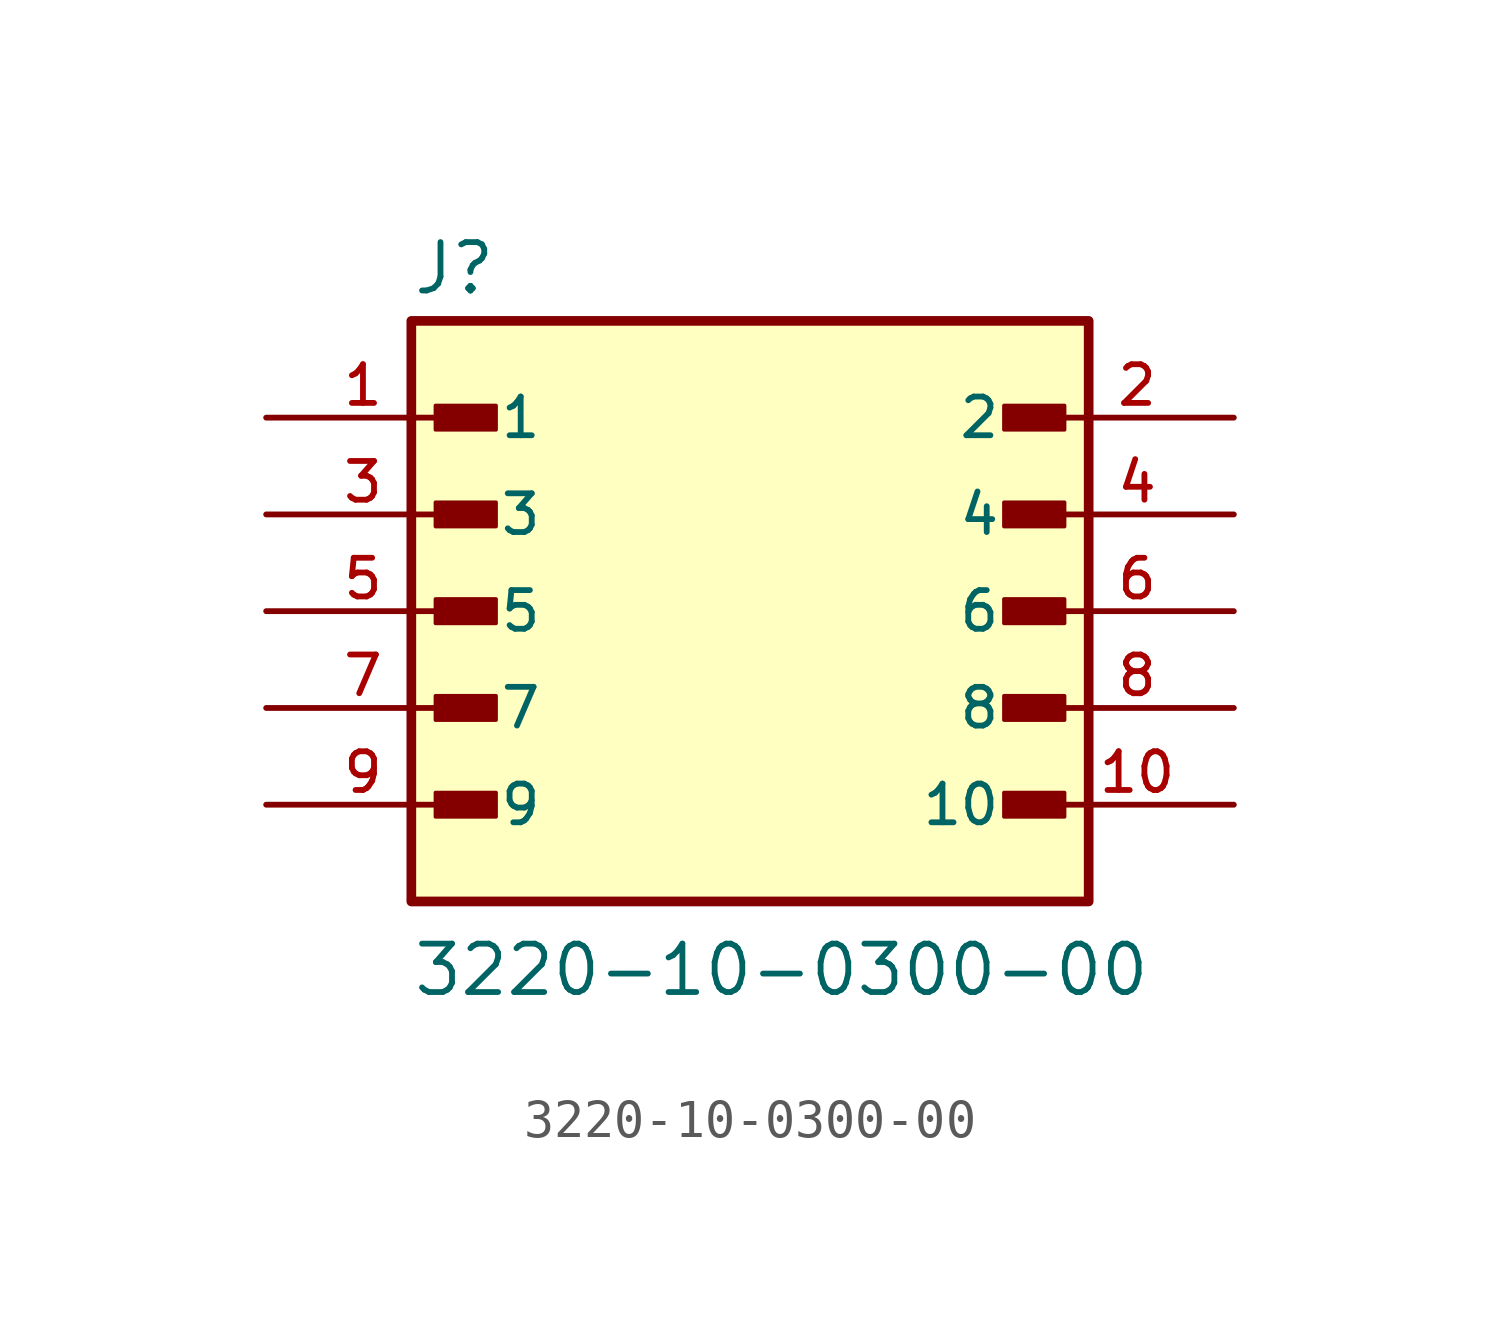
<source format=kicad_sym>
(kicad_symbol_lib
  (version 20211014)
  (generator kicad_symbol_editor)
  (symbol "3220-10-0300-00"
    (pin_names
      (offset 1.016))
    (property "Reference" "J"
      (at -8.89 8.255 0)
      (effects (font (size 1.27 1.27)) (justify bottom left)))
    (property "Value" "3220-10-0300-00"
      (at -8.89 -10.16 0)
      (effects (font (size 1.27 1.27)) (justify bottom left)))
    (symbol "3220-10-0300-00_0_0"
      (rectangle (start -8.255 4.763) (end -6.668 5.397) (stroke (width 0.1)) (fill (type outline)))
      (rectangle (start -8.255 2.223) (end -6.668 2.857) (stroke (width 0.1)) (fill (type outline)))
      (rectangle (start -8.255 -0.318) (end -6.668 0.318) (stroke (width 0.1)) (fill (type outline)))
      (rectangle (start -8.255 -2.857) (end -6.668 -2.223) (stroke (width 0.1)) (fill (type outline)))
      (rectangle (start -8.255 -5.397) (end -6.668 -4.763) (stroke (width 0.1)) (fill (type outline)))
      (rectangle (start 6.668 -5.397) (end 8.255 -4.763) (stroke (width 0.1)) (fill (type outline)))
      (rectangle (start 6.668 -2.857) (end 8.255 -2.223) (stroke (width 0.1)) (fill (type outline)))
      (rectangle (start 6.668 -0.318) (end 8.255 0.318) (stroke (width 0.1)) (fill (type outline)))
      (rectangle (start 6.668 2.223) (end 8.255 2.857) (stroke (width 0.1)) (fill (type outline)))
      (rectangle (start 6.668 4.763) (end 8.255 5.397) (stroke (width 0.1)) (fill (type outline)))
      (rectangle (start -8.89 -7.62) (end 8.89 7.62) (stroke (width 0.254)) (fill (type background)))
      (pin passive line (at -12.7 5.08 0) (length 5.08) (name "1" (effects (font (size 1.016 1.016)))) (number "1" (effects (font (size 1.016 1.016)))))
      (pin passive line (at 12.7 5.08 180.0) (length 5.08) (name "2" (effects (font (size 1.016 1.016)))) (number "2" (effects (font (size 1.016 1.016)))))
      (pin passive line (at -12.7 2.54 0) (length 5.08) (name "3" (effects (font (size 1.016 1.016)))) (number "3" (effects (font (size 1.016 1.016)))))
      (pin passive line (at 12.7 2.54 180.0) (length 5.08) (name "4" (effects (font (size 1.016 1.016)))) (number "4" (effects (font (size 1.016 1.016)))))
      (pin passive line (at -12.7 0.0 0) (length 5.08) (name "5" (effects (font (size 1.016 1.016)))) (number "5" (effects (font (size 1.016 1.016)))))
      (pin passive line (at 12.7 0.0 180.0) (length 5.08) (name "6" (effects (font (size 1.016 1.016)))) (number "6" (effects (font (size 1.016 1.016)))))
      (pin passive line (at -12.7 -2.54 0) (length 5.08) (name "7" (effects (font (size 1.016 1.016)))) (number "7" (effects (font (size 1.016 1.016)))))
      (pin passive line (at 12.7 -2.54 180.0) (length 5.08) (name "8" (effects (font (size 1.016 1.016)))) (number "8" (effects (font (size 1.016 1.016)))))
      (pin passive line (at -12.7 -5.08 0) (length 5.08) (name "9" (effects (font (size 1.016 1.016)))) (number "9" (effects (font (size 1.016 1.016)))))
      (pin passive line (at 12.7 -5.08 180.0) (length 5.08) (name "10" (effects (font (size 1.016 1.016)))) (number "10" (effects (font (size 1.016 1.016))))))))
</source>
